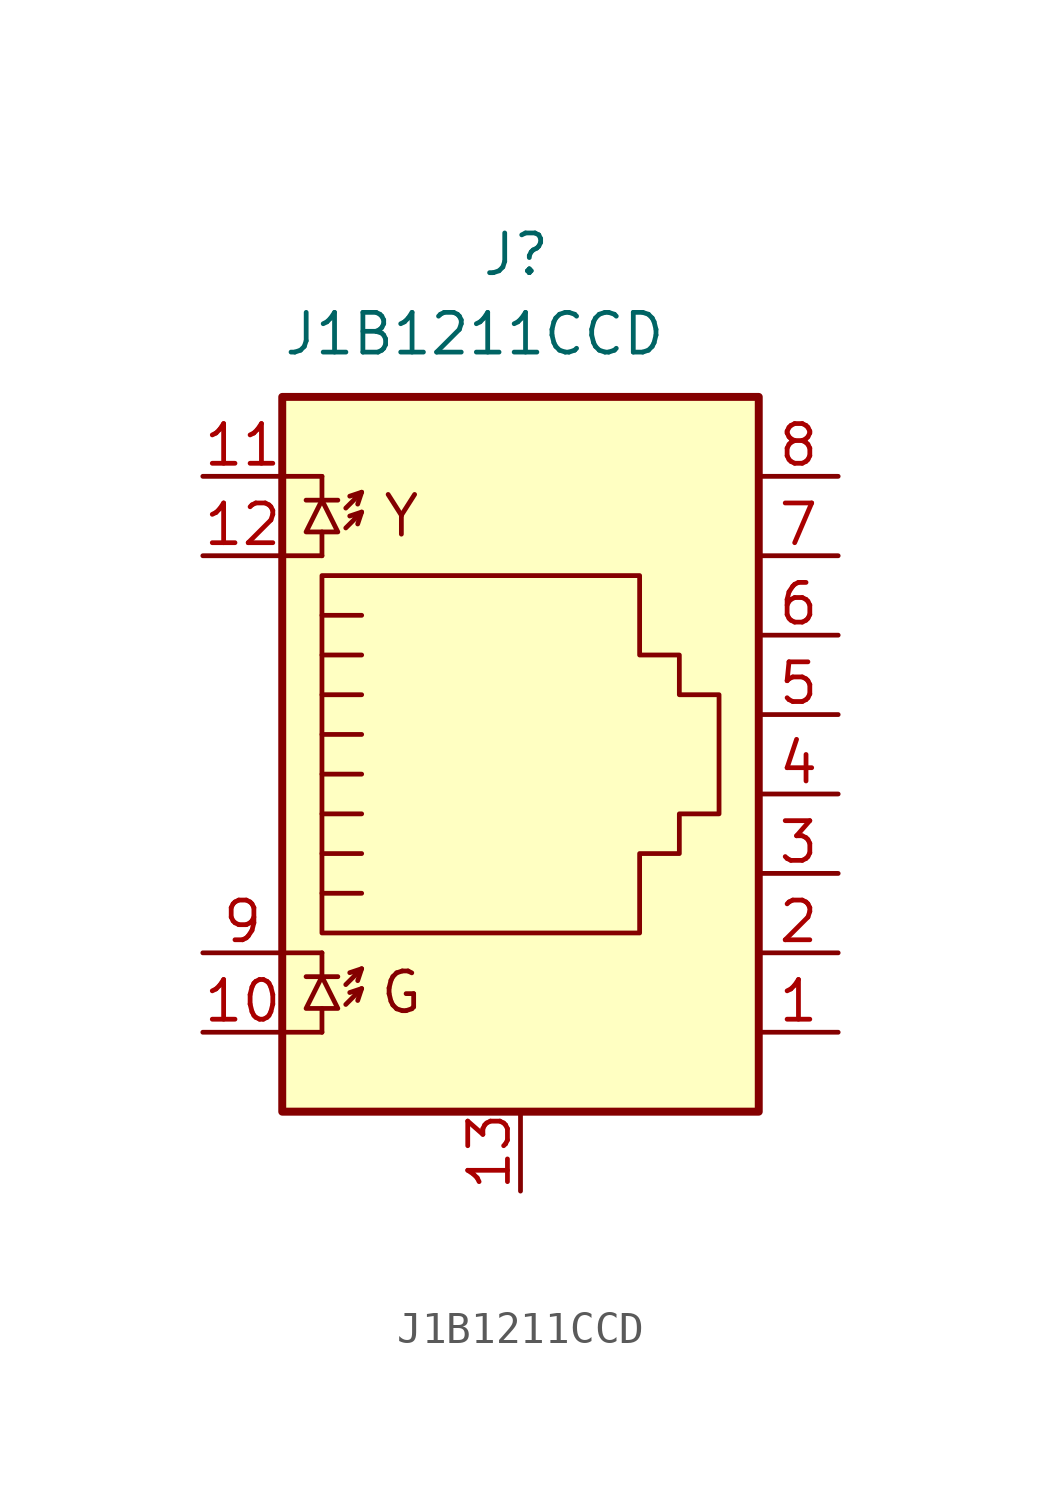
<source format=kicad_sym>
(kicad_symbol_lib
  (version 20211014)
  (generator kicad_symbol_editor)
  (symbol "J1B1211CCD"
    (pin_names
      (offset 1.016))
    (property "Reference" "J"
      (at -1.27 17.78 0)
      (effects (font (size 1.27 1.27)) (justify left bottom)))
    (property "Value" "J1B1211CCD"
      (at -7.62 15.24 0)
      (effects (font (size 1.27 1.27)) (justify left bottom)))
    (symbol "J1B1211CCD_0_0"
      (text "G" (at -3.81 -5.08 0) (effects (font (size 1.27 1.27))))
      (text "Y" (at -3.81 10.16 0) (effects (font (size 1.27 1.27)))))
    (symbol "J1B1211CCD_0_1"
      (polyline (pts (xy -7.62 -6.35) (xy -6.35 -6.35)) (stroke (width 0) (type default) (color 0 0 0 0)) (fill (type none)))
      (polyline (pts (xy -7.62 -3.81) (xy -6.35 -3.81)) (stroke (width 0) (type default) (color 0 0 0 0)) (fill (type none)))
      (polyline (pts (xy -7.62 8.89) (xy -6.35 8.89)) (stroke (width 0) (type default) (color 0 0 0 0)) (fill (type none)))
      (polyline (pts (xy -7.62 11.43) (xy -6.35 11.43)) (stroke (width 0) (type default) (color 0 0 0 0)) (fill (type none)))
      (polyline (pts (xy -6.858 -4.572) (xy -5.842 -4.572)) (stroke (width 0) (type default) (color 0 0 0 0)) (fill (type none)))
      (polyline (pts (xy -6.858 10.668) (xy -5.842 10.668)) (stroke (width 0) (type default) (color 0 0 0 0)) (fill (type none)))
      (polyline (pts (xy -6.35 -6.35) (xy -6.35 -5.588)) (stroke (width 0) (type default) (color 0 0 0 0)) (fill (type none)))
      (polyline (pts (xy -6.35 -3.81) (xy -6.35 -4.572)) (stroke (width 0) (type default) (color 0 0 0 0)) (fill (type none)))
      (polyline (pts (xy -6.35 8.89) (xy -6.35 9.652)) (stroke (width 0) (type default) (color 0 0 0 0)) (fill (type none)))
      (polyline (pts (xy -6.35 11.43) (xy -6.35 10.668)) (stroke (width 0) (type default) (color 0 0 0 0)) (fill (type none)))
      (polyline (pts (xy -5.08 -4.953) (xy -5.207 -5.334)) (stroke (width 0) (type default) (color 0 0 0 0)) (fill (type none)))
      (polyline (pts (xy -5.08 -4.318) (xy -5.207 -4.699)) (stroke (width 0) (type default) (color 0 0 0 0)) (fill (type none)))
      (polyline (pts (xy -5.08 5.715) (xy -6.35 5.715)) (stroke (width 0) (type default) (color 0 0 0 0)) (fill (type none)))
      (polyline (pts (xy -5.08 6.985) (xy -6.35 6.985)) (stroke (width 0) (type default) (color 0 0 0 0)) (fill (type none)))
      (polyline (pts (xy -5.08 10.287) (xy -5.207 9.906)) (stroke (width 0) (type default) (color 0 0 0 0)) (fill (type none)))
      (polyline (pts (xy -5.08 10.922) (xy -5.207 10.541)) (stroke (width 0) (type default) (color 0 0 0 0)) (fill (type none)))
      (polyline (pts (xy -6.35 -1.905) (xy -5.08 -1.905) (xy -5.08 -1.905)) (stroke (width 0) (type default) (color 0 0 0 0)) (fill (type none)))
      (polyline (pts (xy -6.35 -0.635) (xy -5.08 -0.635) (xy -5.08 -0.635)) (stroke (width 0) (type default) (color 0 0 0 0)) (fill (type none)))
      (polyline (pts (xy -6.35 0.635) (xy -5.08 0.635) (xy -5.08 0.635)) (stroke (width 0) (type default) (color 0 0 0 0)) (fill (type none)))
      (polyline (pts (xy -6.35 1.905) (xy -5.08 1.905) (xy -5.08 1.905)) (stroke (width 0) (type default) (color 0 0 0 0)) (fill (type none)))
      (polyline (pts (xy -6.35 3.175) (xy -5.08 3.175) (xy -5.08 3.175)) (stroke (width 0) (type default) (color 0 0 0 0)) (fill (type none)))
      (polyline (pts (xy -5.588 -5.461) (xy -5.08 -4.953) (xy -5.461 -5.08)) (stroke (width 0) (type default) (color 0 0 0 0)) (fill (type none)))
      (polyline (pts (xy -5.588 -4.826) (xy -5.08 -4.318) (xy -5.461 -4.445)) (stroke (width 0) (type default) (color 0 0 0 0)) (fill (type none)))
      (polyline (pts (xy -5.588 9.779) (xy -5.08 10.287) (xy -5.461 10.16)) (stroke (width 0) (type default) (color 0 0 0 0)) (fill (type none)))
      (polyline (pts (xy -5.588 10.414) (xy -5.08 10.922) (xy -5.461 10.795)) (stroke (width 0) (type default) (color 0 0 0 0)) (fill (type none)))
      (polyline (pts (xy -5.08 4.445) (xy -6.35 4.445) (xy -6.35 4.445)) (stroke (width 0) (type default) (color 0 0 0 0)) (fill (type none)))
      (polyline (pts (xy -6.35 -4.572) (xy -6.858 -5.588) (xy -5.842 -5.588) (xy -6.35 -4.572)) (stroke (width 0) (type default) (color 0 0 0 0)) (fill (type none)))
      (polyline (pts (xy -6.35 10.668) (xy -6.858 9.652) (xy -5.842 9.652) (xy -6.35 10.668)) (stroke (width 0) (type default) (color 0 0 0 0)) (fill (type none)))
      (polyline (pts (xy -6.35 -3.175) (xy -6.35 8.255) (xy 3.81 8.255) (xy 3.81 5.715) (xy 5.08 5.715) (xy 5.08 4.445) (xy 6.35 4.445) (xy 6.35 0.635) (xy 5.08 0.635) (xy 5.08 -0.635) (xy 3.81 -0.635) (xy 3.81 -3.175) (xy -6.35 -3.175) (xy -6.35 -3.175)) (stroke (width 0) (type default) (color 0 0 0 0)) (fill (type none)))
      (rectangle (start 7.62 13.97) (end -7.62 -8.89) (stroke (width 0.254) (type default) (color 0 0 0 0)) (fill (type background))))
    (symbol "J1B1211CCD_1_1"
      (pin passive line (at 10.16 -6.35 180) (length 2.54) (name "~" (effects (font (size 1.27 1.27)))) (number "1" (effects (font (size 1.27 1.27)))))
      (pin passive line (at -10.16 -6.35 0) (length 2.54) (name "~" (effects (font (size 1.27 1.27)))) (number "10" (effects (font (size 1.27 1.27)))))
      (pin passive line (at -10.16 11.43 0) (length 2.54) (name "~" (effects (font (size 1.27 1.27)))) (number "11" (effects (font (size 1.27 1.27)))))
      (pin passive line (at -10.16 8.89 0) (length 2.54) (name "~" (effects (font (size 1.27 1.27)))) (number "12" (effects (font (size 1.27 1.27)))))
      (pin passive line (at 0 -11.43 90) (length 2.54) (name "~" (effects (font (size 1.27 1.27)))) (number "13" (effects (font (size 1.27 1.27)))))
      (pin passive line (at 10.16 -3.81 180) (length 2.54) (name "~" (effects (font (size 1.27 1.27)))) (number "2" (effects (font (size 1.27 1.27)))))
      (pin passive line (at 10.16 -1.27 180) (length 2.54) (name "~" (effects (font (size 1.27 1.27)))) (number "3" (effects (font (size 1.27 1.27)))))
      (pin passive line (at 10.16 1.27 180) (length 2.54) (name "~" (effects (font (size 1.27 1.27)))) (number "4" (effects (font (size 1.27 1.27)))))
      (pin passive line (at 10.16 3.81 180) (length 2.54) (name "~" (effects (font (size 1.27 1.27)))) (number "5" (effects (font (size 1.27 1.27)))))
      (pin passive line (at 10.16 6.35 180) (length 2.54) (name "~" (effects (font (size 1.27 1.27)))) (number "6" (effects (font (size 1.27 1.27)))))
      (pin passive line (at 10.16 8.89 180) (length 2.54) (name "~" (effects (font (size 1.27 1.27)))) (number "7" (effects (font (size 1.27 1.27)))))
      (pin passive line (at 10.16 11.43 180) (length 2.54) (name "~" (effects (font (size 1.27 1.27)))) (number "8" (effects (font (size 1.27 1.27)))))
      (pin passive line (at -10.16 -3.81 0) (length 2.54) (name "~" (effects (font (size 1.27 1.27)))) (number "9" (effects (font (size 1.27 1.27))))))))
</source>
